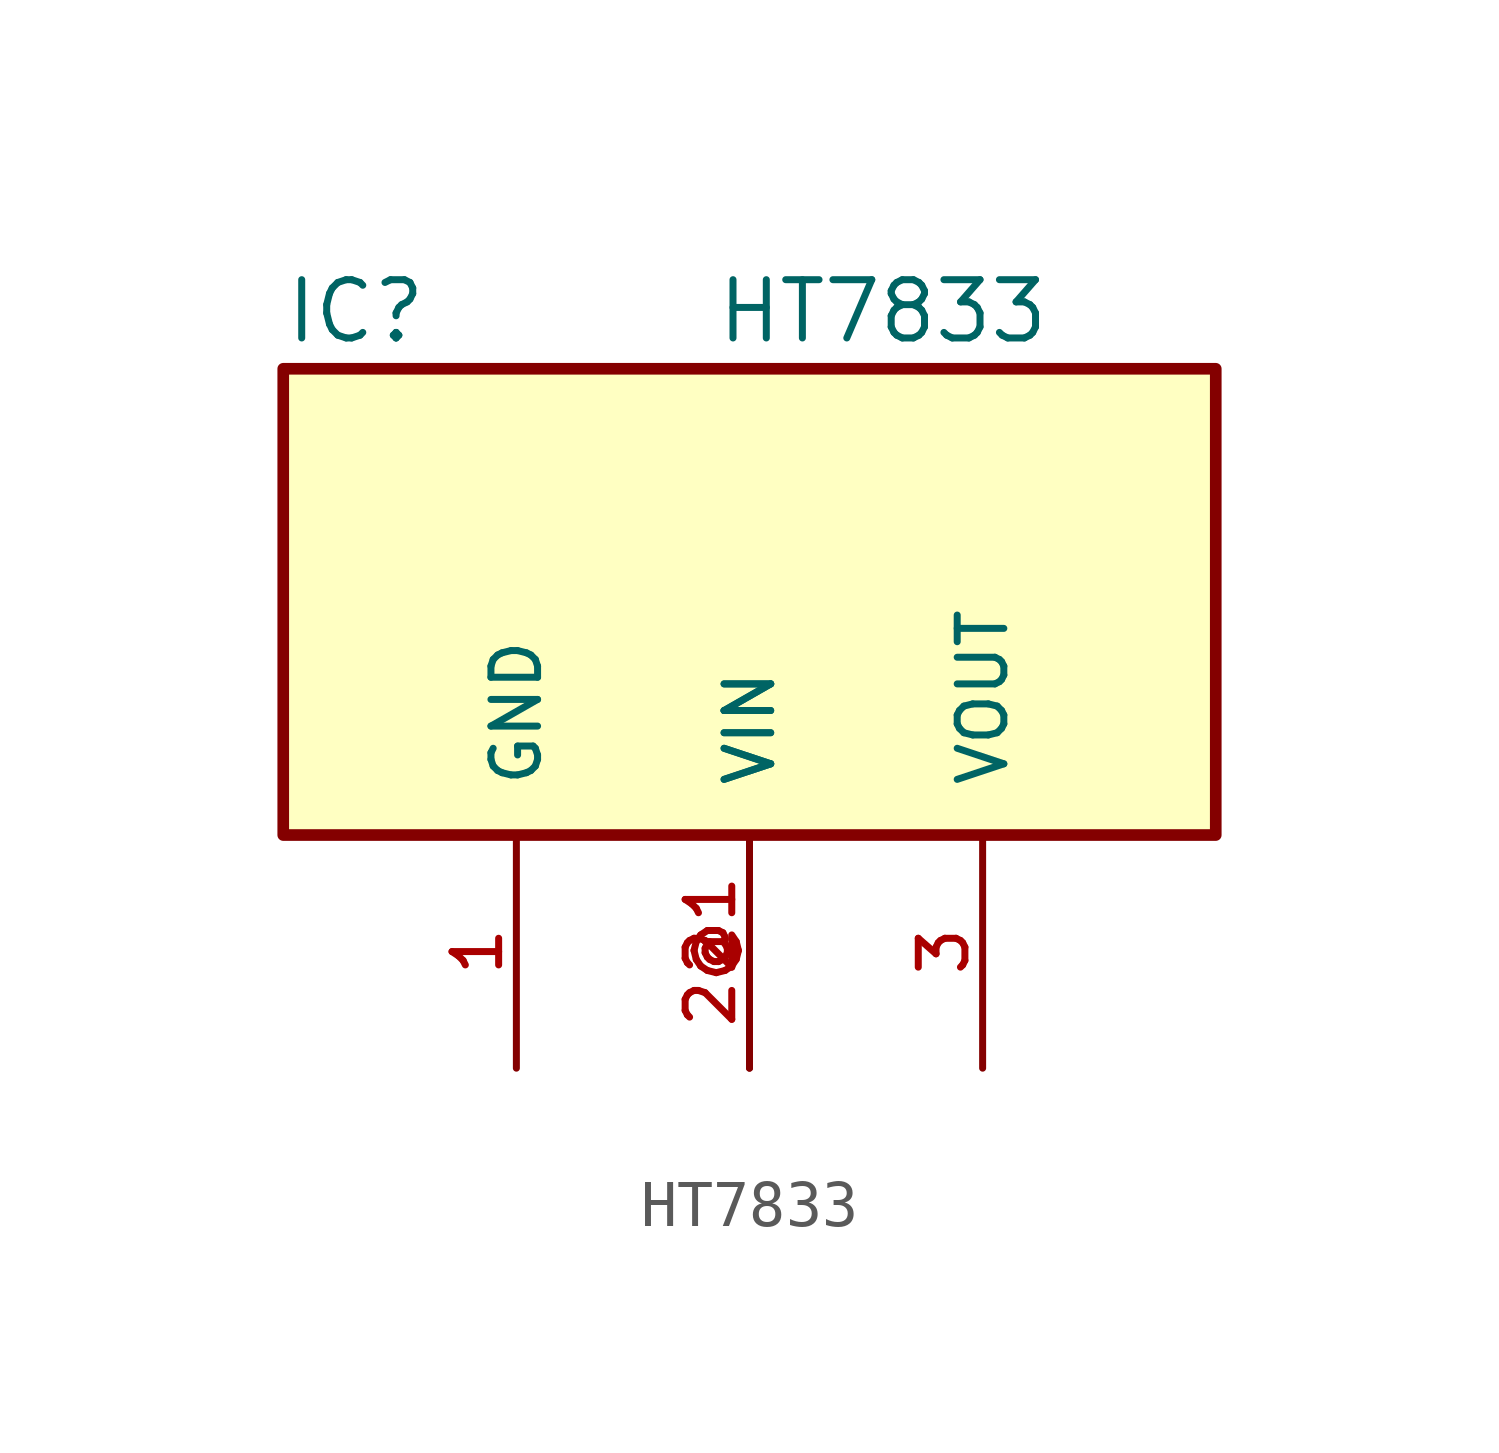
<source format=kicad_sym>
(kicad_symbol_lib
  (version 20211014)
  (generator kicad_symbol_editor)
  (symbol "HT7833"
    (pin_names
      (offset 1.016))
    (property "Reference" "IC"
      (at -10.16 10.668 0)
      (effects (font (size 1.27 1.27)) (justify bottom left)))
    (property "Value" "HT7833"
      (at -0.762 10.668 0)
      (effects (font (size 1.27 1.27)) (justify bottom left)))
    (symbol "HT7833_0_0"
      (rectangle (start -10.16 8.881784197e-16) (end 10.16 10.16) (stroke (width 0.254)) (fill (type background)))
      (pin bidirectional line (at 0.0 -5.08 90.0) (length 5.08) (name "VIN" (effects (font (size 1.016 1.016)))) (number "2" (effects (font (size 1.016 1.016)))))
      (pin bidirectional line (at 0.0 -5.08 90.0) (length 5.08) (name "VIN" (effects (font (size 1.016 1.016)))) (number "2@1" (effects (font (size 1.016 1.016)))))
      (pin bidirectional line (at -5.08 -5.08 90.0) (length 5.08) (name "GND" (effects (font (size 1.016 1.016)))) (number "1" (effects (font (size 1.016 1.016)))))
      (pin bidirectional line (at 5.08 -5.08 90.0) (length 5.08) (name "VOUT" (effects (font (size 1.016 1.016)))) (number "3" (effects (font (size 1.016 1.016))))))))
</source>
